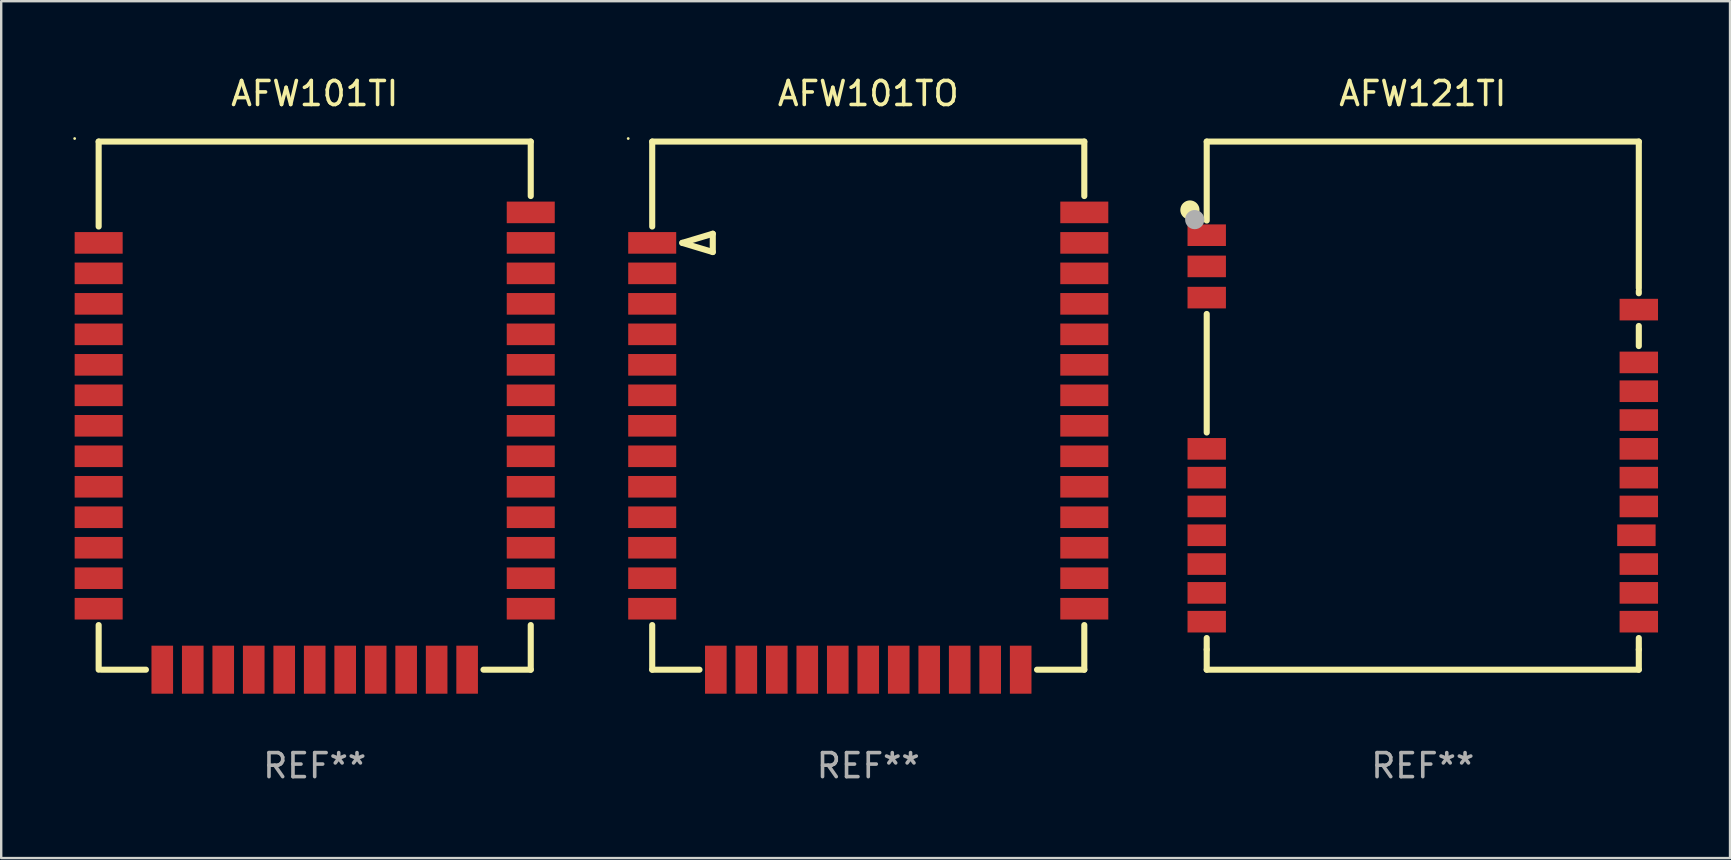
<source format=kicad_pcb>
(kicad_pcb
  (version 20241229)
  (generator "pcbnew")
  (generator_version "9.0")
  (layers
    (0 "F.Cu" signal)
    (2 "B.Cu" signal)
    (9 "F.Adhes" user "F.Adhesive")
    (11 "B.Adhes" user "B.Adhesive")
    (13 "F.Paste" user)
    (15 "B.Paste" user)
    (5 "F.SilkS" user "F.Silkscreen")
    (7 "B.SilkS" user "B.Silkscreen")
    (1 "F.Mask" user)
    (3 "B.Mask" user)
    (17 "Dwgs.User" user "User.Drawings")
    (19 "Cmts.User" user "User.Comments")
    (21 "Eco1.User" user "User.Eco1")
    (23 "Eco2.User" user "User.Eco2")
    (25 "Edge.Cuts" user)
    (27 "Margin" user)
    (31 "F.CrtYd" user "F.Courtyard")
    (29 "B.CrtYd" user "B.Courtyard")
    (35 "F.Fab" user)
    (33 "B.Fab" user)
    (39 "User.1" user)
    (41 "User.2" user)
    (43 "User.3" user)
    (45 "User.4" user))
  (footprint "AFW101TI"
    (layer "F.Cu")
    (at 10.06 13.848)
    (property "Reference" "AFW101TI" (at 0 -13 0) (layer "F.SilkS") (effects (font (size 1 1) (thickness 0.15))))
    (attr through_hole)
    (fp_line (start -9 -11) (end -9 -7.461) (stroke (width 0.254) (type solid)) (layer "F.SilkS"))
    (fp_line (start -9 -11) (end 9 -11) (stroke (width 0.254) (type solid)) (layer "F.SilkS"))
    (fp_line (start -9 9.141) (end -9 11) (stroke (width 0.254) (type solid)) (layer "F.SilkS"))
    (fp_line (start -7.031 11) (end -8.89 11) (stroke (width 0.254) (type solid)) (layer "F.SilkS"))
    (fp_line (start 9 -11) (end 9 -8.731) (stroke (width 0.254) (type solid)) (layer "F.SilkS"))
    (fp_line (start 9 9.141) (end 9 11) (stroke (width 0.254) (type solid)) (layer "F.SilkS"))
    (fp_line (start 9 11) (end 7.031 11) (stroke (width 0.254) (type solid)) (layer "F.SilkS"))
    (fp_circle (center -10 -11.127) (end -9.97 -11.127) (stroke (width 0.06) (type solid)) (fill no) (layer "F.SilkS"))
    (fp_text user "REF**" (at 0 15 0) (layer "F.Fab") (effects (font (size 1 1) (thickness 0.15))))
    (pad "1" smd rect (at -9 -6.78 90) (size 0.9 2) (layers "F.Cu" "F.Mask" "F.Paste"))
    (pad "2" smd rect (at -9 -5.51 90) (size 0.9 2) (layers "F.Cu" "F.Mask" "F.Paste"))
    (pad "3" smd rect (at -9 -4.24 90) (size 0.9 2) (layers "F.Cu" "F.Mask" "F.Paste"))
    (pad "4" smd rect (at -9 -2.97 90) (size 0.9 2) (layers "F.Cu" "F.Mask" "F.Paste"))
    (pad "5" smd rect (at -9 -1.7 90) (size 0.9 2) (layers "F.Cu" "F.Mask" "F.Paste"))
    (pad "6" smd rect (at -9 -0.43 90) (size 0.9 2) (layers "F.Cu" "F.Mask" "F.Paste"))
    (pad "7" smd rect (at -9 0.84 90) (size 0.9 2) (layers "F.Cu" "F.Mask" "F.Paste"))
    (pad "8" smd rect (at -9 2.11 90) (size 0.9 2) (layers "F.Cu" "F.Mask" "F.Paste"))
    (pad "9" smd rect (at -9 3.38 90) (size 0.9 2) (layers "F.Cu" "F.Mask" "F.Paste"))
    (pad "10" smd rect (at -9 4.65 90) (size 0.9 2) (layers "F.Cu" "F.Mask" "F.Paste"))
    (pad "11" smd rect (at -9 5.92 90) (size 0.9 2) (layers "F.Cu" "F.Mask" "F.Paste"))
    (pad "12" smd rect (at -9 7.19 90) (size 0.9 2) (layers "F.Cu" "F.Mask" "F.Paste"))
    (pad "13" smd rect (at -9 8.46 90) (size 0.9 2) (layers "F.Cu" "F.Mask" "F.Paste"))
    (pad "14" smd rect (at -6.35 11 180) (size 0.9 2) (layers "F.Cu" "F.Mask" "F.Paste"))
    (pad "15" smd rect (at -5.08 11 180) (size 0.9 2) (layers "F.Cu" "F.Mask" "F.Paste"))
    (pad "16" smd rect (at -3.81 11 180) (size 0.9 2) (layers "F.Cu" "F.Mask" "F.Paste"))
    (pad "17" smd rect (at -2.54 11 180) (size 0.9 2) (layers "F.Cu" "F.Mask" "F.Paste"))
    (pad "18" smd rect (at -1.27 11 180) (size 0.9 2) (layers "F.Cu" "F.Mask" "F.Paste"))
    (pad "19" smd rect (at 0 11 180) (size 0.9 2) (layers "F.Cu" "F.Mask" "F.Paste"))
    (pad "20" smd rect (at 1.27 11 180) (size 0.9 2) (layers "F.Cu" "F.Mask" "F.Paste"))
    (pad "21" smd rect (at 2.54 11 180) (size 0.9 2) (layers "F.Cu" "F.Mask" "F.Paste"))
    (pad "22" smd rect (at 3.81 11 180) (size 0.9 2) (layers "F.Cu" "F.Mask" "F.Paste"))
    (pad "23" smd rect (at 5.08 11 180) (size 0.9 2) (layers "F.Cu" "F.Mask" "F.Paste"))
    (pad "24" smd rect (at 6.35 11 180) (size 0.9 2) (layers "F.Cu" "F.Mask" "F.Paste"))
    (pad "25" smd rect (at 9 8.46 270) (size 0.9 2) (layers "F.Cu" "F.Mask" "F.Paste"))
    (pad "26" smd rect (at 9 7.19 270) (size 0.9 2) (layers "F.Cu" "F.Mask" "F.Paste"))
    (pad "27" smd rect (at 9 5.92 270) (size 0.9 2) (layers "F.Cu" "F.Mask" "F.Paste"))
    (pad "28" smd rect (at 9 4.65 270) (size 0.9 2) (layers "F.Cu" "F.Mask" "F.Paste"))
    (pad "29" smd rect (at 9 3.38 270) (size 0.9 2) (layers "F.Cu" "F.Mask" "F.Paste"))
    (pad "30" smd rect (at 9 2.11 270) (size 0.9 2) (layers "F.Cu" "F.Mask" "F.Paste"))
    (pad "31" smd rect (at 9 0.84 270) (size 0.9 2) (layers "F.Cu" "F.Mask" "F.Paste"))
    (pad "32" smd rect (at 9 -0.43 270) (size 0.9 2) (layers "F.Cu" "F.Mask" "F.Paste"))
    (pad "33" smd rect (at 9 -1.7 270) (size 0.9 2) (layers "F.Cu" "F.Mask" "F.Paste"))
    (pad "34" smd rect (at 9 -2.97 270) (size 0.9 2) (layers "F.Cu" "F.Mask" "F.Paste"))
    (pad "35" smd rect (at 9 -4.24 270) (size 0.9 2) (layers "F.Cu" "F.Mask" "F.Paste"))
    (pad "36" smd rect (at 9 -5.51 270) (size 0.9 2) (layers "F.Cu" "F.Mask" "F.Paste"))
    (pad "37" smd rect (at 9 -6.78 270) (size 0.9 2) (layers "F.Cu" "F.Mask" "F.Paste"))
    (pad "38" smd rect (at 9 -8.05 270) (size 0.9 2) (layers "F.Cu" "F.Mask" "F.Paste")))
  (footprint "AFW121TI"
    (layer "F.Cu")
    (at 56.22 13.848)
    (property "Reference" "AFW121TI" (at 0 -13 0) (layer "F.SilkS") (effects (font (size 1 1) (thickness 0.15))))
    (attr through_hole)
    (fp_line (start -9 -11) (end -9 -7.711) (stroke (width 0.254) (type solid)) (layer "F.SilkS"))
    (fp_line (start -9 1.119) (end -9 -3.819) (stroke (width 0.254) (type solid)) (layer "F.SilkS"))
    (fp_line (start -9 10.161) (end -9 9.681) (stroke (width 0.254) (type solid)) (layer "F.SilkS"))
    (fp_line (start -9 10.161) (end -9 11) (stroke (width 0.254) (type solid)) (layer "F.SilkS"))
    (fp_line (start -9 11) (end 9 11) (stroke (width 0.254) (type solid)) (layer "F.SilkS"))
    (fp_line (start 9 -11) (end -9 -11) (stroke (width 0.254) (type solid)) (layer "F.SilkS"))
    (fp_line (start 9 -4.891) (end 9 -11) (stroke (width 0.254) (type solid)) (layer "F.SilkS"))
    (fp_line (start 9 -4.681) (end 9 -4.775) (stroke (width 0.254) (type solid)) (layer "F.SilkS"))
    (fp_line (start 9 -2.481) (end 9 -3.319) (stroke (width 0.254) (type solid)) (layer "F.SilkS"))
    (fp_line (start 9 10.161) (end 9 9.681) (stroke (width 0.254) (type solid)) (layer "F.SilkS"))
    (fp_line (start 9 11) (end 9 10.161) (stroke (width 0.254) (type solid)) (layer "F.SilkS"))
    (fp_circle (center -9.7 -8.15) (end -9.5 -8.15) (stroke (width 0.4) (type solid)) (fill no) (layer "F.SilkS"))
    (fp_circle (center -9 -11) (end -8.97 -11) (stroke (width 0.06) (type solid)) (fill no) (layer "F.SilkS"))
    (fp_circle (center -9.5 -7.75) (end -9.3 -7.75) (stroke (width 0.4) (type solid)) (fill no) (layer "F.Fab"))
    (fp_text user "REF**" (at 0 15 0) (layer "F.Fab") (effects (font (size 1 1) (thickness 0.15))))
    (pad "1" smd rect (at -9 -7.1) (size 1.6 0.9) (layers "F.Cu" "F.Mask" "F.Paste"))
    (pad "2" smd rect (at -9 -5.8) (size 1.6 0.9) (layers "F.Cu" "F.Mask" "F.Paste"))
    (pad "3" smd rect (at -9 -4.5) (size 1.6 0.9) (layers "F.Cu" "F.Mask" "F.Paste"))
    (pad "4" smd rect (at -9 1.8) (size 1.6 0.9) (layers "F.Cu" "F.Mask" "F.Paste"))
    (pad "5" smd rect (at -9 3) (size 1.6 0.9) (layers "F.Cu" "F.Mask" "F.Paste"))
    (pad "6" smd rect (at -9 4.2) (size 1.6 0.9) (layers "F.Cu" "F.Mask" "F.Paste"))
    (pad "7" smd rect (at -9 5.4) (size 1.6 0.9) (layers "F.Cu" "F.Mask" "F.Paste"))
    (pad "8" smd rect (at -9 6.6) (size 1.6 0.9) (layers "F.Cu" "F.Mask" "F.Paste"))
    (pad "9" smd rect (at -9 7.8) (size 1.6 0.9) (layers "F.Cu" "F.Mask" "F.Paste"))
    (pad "10" smd rect (at -9 9) (size 1.6 0.9) (layers "F.Cu" "F.Mask" "F.Paste"))
    (pad "11" smd rect (at 9 9) (size 1.6 0.9) (layers "F.Cu" "F.Mask" "F.Paste"))
    (pad "12" smd rect (at 9 7.8) (size 1.6 0.9) (layers "F.Cu" "F.Mask" "F.Paste"))
    (pad "13" smd rect (at 9 6.6) (size 1.6 0.9) (layers "F.Cu" "F.Mask" "F.Paste"))
    (pad "14" smd rect (at 8.9 5.4) (size 1.6 0.9) (layers "F.Cu" "F.Mask" "F.Paste"))
    (pad "15" smd rect (at 9 4.2) (size 1.6 0.9) (layers "F.Cu" "F.Mask" "F.Paste"))
    (pad "16" smd rect (at 9 3) (size 1.6 0.9) (layers "F.Cu" "F.Mask" "F.Paste"))
    (pad "17" smd rect (at 9 1.8) (size 1.6 0.9) (layers "F.Cu" "F.Mask" "F.Paste"))
    (pad "18" smd rect (at 9 0.6) (size 1.6 0.9) (layers "F.Cu" "F.Mask" "F.Paste"))
    (pad "19" smd rect (at 9 -0.6) (size 1.6 0.9) (layers "F.Cu" "F.Mask" "F.Paste"))
    (pad "20" smd rect (at 9 -1.8) (size 1.6 0.9) (layers "F.Cu" "F.Mask" "F.Paste"))
    (pad "21" smd rect (at 9 -4) (size 1.6 0.9) (layers "F.Cu" "F.Mask" "F.Paste")))
  (footprint "AFW101TO"
    (layer "F.Cu")
    (at 33.12 13.848)
    (property "Reference" "AFW101TO" (at 0 -13 0) (layer "F.SilkS") (effects (font (size 1 1) (thickness 0.15))))
    (attr through_hole)
    (fp_line (start -9 -11) (end -9 -7.461) (stroke (width 0.254) (type solid)) (layer "F.SilkS"))
    (fp_line (start -9 -11) (end 9 -11) (stroke (width 0.254) (type solid)) (layer "F.SilkS"))
    (fp_line (start -9 9.141) (end -9 11) (stroke (width 0.254) (type solid)) (layer "F.SilkS"))
    (fp_line (start -9 11) (end -7.031 11) (stroke (width 0.254) (type solid)) (layer "F.SilkS"))
    (fp_line (start -7.747 -6.78) (end -6.477 -7.161) (stroke (width 0.254) (type solid)) (layer "F.SilkS"))
    (fp_line (start -6.477 -7.161) (end -6.477 -6.399) (stroke (width 0.254) (type solid)) (layer "F.SilkS"))
    (fp_line (start -6.477 -6.399) (end -7.747 -6.78) (stroke (width 0.254) (type solid)) (layer "F.SilkS"))
    (fp_line (start 7.031 11) (end 9 11) (stroke (width 0.254) (type solid)) (layer "F.SilkS"))
    (fp_line (start 9 -8.731) (end 9 -11) (stroke (width 0.254) (type solid)) (layer "F.SilkS"))
    (fp_line (start 9 11) (end 9 9.141) (stroke (width 0.254) (type solid)) (layer "F.SilkS"))
    (fp_circle (center -10 -11.127) (end -9.97 -11.127) (stroke (width 0.06) (type solid)) (fill no) (layer "F.SilkS"))
    (fp_text user "REF**" (at 0 15 0) (layer "F.Fab") (effects (font (size 1 1) (thickness 0.15))))
    (pad "1" smd rect (at -9 -6.78 90) (size 0.9 2) (layers "F.Cu" "F.Mask" "F.Paste"))
    (pad "2" smd rect (at -9 -5.51 90) (size 0.9 2) (layers "F.Cu" "F.Mask" "F.Paste"))
    (pad "3" smd rect (at -9 -4.24 90) (size 0.9 2) (layers "F.Cu" "F.Mask" "F.Paste"))
    (pad "4" smd rect (at -9 -2.97 90) (size 0.9 2) (layers "F.Cu" "F.Mask" "F.Paste"))
    (pad "5" smd rect (at -9 -1.7 90) (size 0.9 2) (layers "F.Cu" "F.Mask" "F.Paste"))
    (pad "6" smd rect (at -9 -0.43 90) (size 0.9 2) (layers "F.Cu" "F.Mask" "F.Paste"))
    (pad "7" smd rect (at -9 0.84 90) (size 0.9 2) (layers "F.Cu" "F.Mask" "F.Paste"))
    (pad "8" smd rect (at -9 2.11 90) (size 0.9 2) (layers "F.Cu" "F.Mask" "F.Paste"))
    (pad "9" smd rect (at -9 3.38 90) (size 0.9 2) (layers "F.Cu" "F.Mask" "F.Paste"))
    (pad "10" smd rect (at -9 4.65 90) (size 0.9 2) (layers "F.Cu" "F.Mask" "F.Paste"))
    (pad "11" smd rect (at -9 5.92 90) (size 0.9 2) (layers "F.Cu" "F.Mask" "F.Paste"))
    (pad "12" smd rect (at -9 7.19 90) (size 0.9 2) (layers "F.Cu" "F.Mask" "F.Paste"))
    (pad "13" smd rect (at -9 8.46 90) (size 0.9 2) (layers "F.Cu" "F.Mask" "F.Paste"))
    (pad "14" smd rect (at -6.35 11 180) (size 0.9 2) (layers "F.Cu" "F.Mask" "F.Paste"))
    (pad "15" smd rect (at -5.08 11 180) (size 0.9 2) (layers "F.Cu" "F.Mask" "F.Paste"))
    (pad "16" smd rect (at -3.81 11 180) (size 0.9 2) (layers "F.Cu" "F.Mask" "F.Paste"))
    (pad "17" smd rect (at -2.54 11 180) (size 0.9 2) (layers "F.Cu" "F.Mask" "F.Paste"))
    (pad "18" smd rect (at -1.27 11 180) (size 0.9 2) (layers "F.Cu" "F.Mask" "F.Paste"))
    (pad "19" smd rect (at 0 11 180) (size 0.9 2) (layers "F.Cu" "F.Mask" "F.Paste"))
    (pad "20" smd rect (at 1.27 11 180) (size 0.9 2) (layers "F.Cu" "F.Mask" "F.Paste"))
    (pad "21" smd rect (at 2.54 11 180) (size 0.9 2) (layers "F.Cu" "F.Mask" "F.Paste"))
    (pad "22" smd rect (at 3.81 11 180) (size 0.9 2) (layers "F.Cu" "F.Mask" "F.Paste"))
    (pad "23" smd rect (at 5.08 11 180) (size 0.9 2) (layers "F.Cu" "F.Mask" "F.Paste"))
    (pad "24" smd rect (at 6.35 11 180) (size 0.9 2) (layers "F.Cu" "F.Mask" "F.Paste"))
    (pad "25" smd rect (at 9 8.46 270) (size 0.9 2) (layers "F.Cu" "F.Mask" "F.Paste"))
    (pad "26" smd rect (at 9 7.19 270) (size 0.9 2) (layers "F.Cu" "F.Mask" "F.Paste"))
    (pad "27" smd rect (at 9 5.92 270) (size 0.9 2) (layers "F.Cu" "F.Mask" "F.Paste"))
    (pad "28" smd rect (at 9 4.65 270) (size 0.9 2) (layers "F.Cu" "F.Mask" "F.Paste"))
    (pad "29" smd rect (at 9 3.38 270) (size 0.9 2) (layers "F.Cu" "F.Mask" "F.Paste"))
    (pad "30" smd rect (at 9 2.11 270) (size 0.9 2) (layers "F.Cu" "F.Mask" "F.Paste"))
    (pad "31" smd rect (at 9 0.84 270) (size 0.9 2) (layers "F.Cu" "F.Mask" "F.Paste"))
    (pad "32" smd rect (at 9 -0.43 270) (size 0.9 2) (layers "F.Cu" "F.Mask" "F.Paste"))
    (pad "33" smd rect (at 9 -1.7 270) (size 0.9 2) (layers "F.Cu" "F.Mask" "F.Paste"))
    (pad "34" smd rect (at 9 -2.97 270) (size 0.9 2) (layers "F.Cu" "F.Mask" "F.Paste"))
    (pad "35" smd rect (at 9 -4.24 270) (size 0.9 2) (layers "F.Cu" "F.Mask" "F.Paste"))
    (pad "36" smd rect (at 9 -5.51 270) (size 0.9 2) (layers "F.Cu" "F.Mask" "F.Paste"))
    (pad "37" smd rect (at 9 -6.78 270) (size 0.9 2) (layers "F.Cu" "F.Mask" "F.Paste"))
    (pad "38" smd rect (at 9 -8.05 270) (size 0.9 2) (layers "F.Cu" "F.Mask" "F.Paste")))
  (gr_rect
    (start -3 -3)
    (end 69.02 32.697)
    (stroke (width 0.1) (type default))
    (fill no)
    (layer "Edge.Cuts")))
</source>
